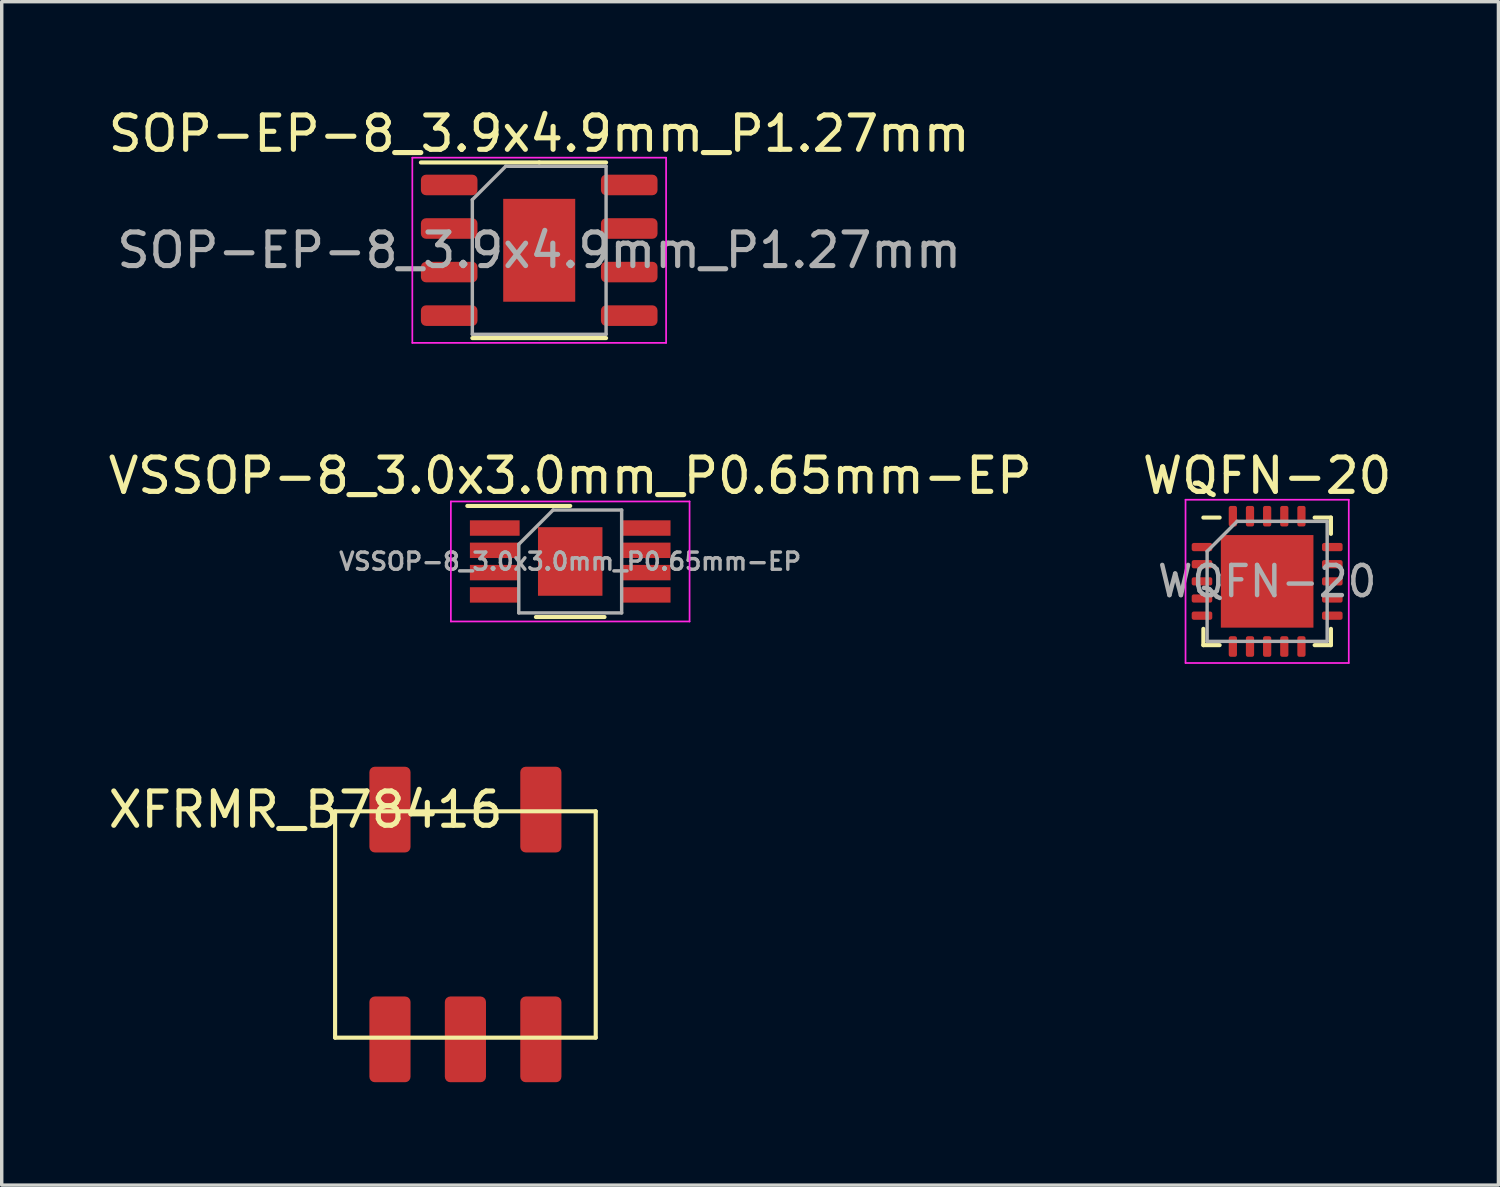
<source format=kicad_pcb>
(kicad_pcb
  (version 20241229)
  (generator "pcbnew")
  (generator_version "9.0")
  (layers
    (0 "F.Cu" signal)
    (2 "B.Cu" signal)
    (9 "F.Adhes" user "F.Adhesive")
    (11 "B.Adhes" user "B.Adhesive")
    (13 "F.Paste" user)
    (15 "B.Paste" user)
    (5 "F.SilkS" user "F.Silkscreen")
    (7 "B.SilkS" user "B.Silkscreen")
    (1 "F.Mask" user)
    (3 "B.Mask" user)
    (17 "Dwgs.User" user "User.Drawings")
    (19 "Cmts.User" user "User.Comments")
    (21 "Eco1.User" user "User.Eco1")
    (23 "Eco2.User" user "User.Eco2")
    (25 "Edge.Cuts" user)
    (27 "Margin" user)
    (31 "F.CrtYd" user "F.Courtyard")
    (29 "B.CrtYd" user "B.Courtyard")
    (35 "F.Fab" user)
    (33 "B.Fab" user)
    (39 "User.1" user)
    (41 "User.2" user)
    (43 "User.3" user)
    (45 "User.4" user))
  (footprint "VSSOP-8_3.0x3.0mm_P0.65mm-EP"
    (layer "F.Cu")
    (at 13.577 13.322)
    (property "Reference" "VSSOP-8_3.0x3.0mm_P0.65mm-EP" (at 0 -2.5 0) (layer "F.SilkS") (effects (font (size 1 1) (thickness 0.15))))
    (attr smd)
    (fp_line (start 0 -1.62) (end -3 -1.62) (stroke (width 0.12) (type solid)) (layer "F.SilkS"))
    (fp_line (start 1 1.62) (end -1 1.62) (stroke (width 0.12) (type solid)) (layer "F.SilkS"))
    (fp_line (start -3.48 -1.75) (end 3.48 -1.75) (stroke (width 0.05) (type solid)) (layer "F.CrtYd"))
    (fp_line (start -3.48 1.75) (end -3.48 -1.75) (stroke (width 0.05) (type solid)) (layer "F.CrtYd"))
    (fp_line (start 3.48 -1.75) (end 3.48 1.75) (stroke (width 0.05) (type solid)) (layer "F.CrtYd"))
    (fp_line (start 3.48 1.75) (end -3.48 1.75) (stroke (width 0.05) (type solid)) (layer "F.CrtYd"))
    (fp_line (start -1.5 1.5) (end -1.5 -0.5) (stroke (width 0.1) (type solid)) (layer "F.Fab"))
    (fp_line (start -0.5 -1.5) (end -1.5 -0.5) (stroke (width 0.1) (type solid)) (layer "F.Fab"))
    (fp_line (start -0.5 -1.5) (end 1.5 -1.5) (stroke (width 0.1) (type solid)) (layer "F.Fab"))
    (fp_line (start 1.5 -1.5) (end 1.5 1.5) (stroke (width 0.1) (type solid)) (layer "F.Fab"))
    (fp_line (start 1.5 1.5) (end -1.5 1.5) (stroke (width 0.1) (type solid)) (layer "F.Fab"))
    (fp_text user "${REFERENCE}" (at 0 0 0) (layer "F.Fab") (effects (font (size 0.5 0.5) (thickness 0.1))))
    (pad "1" smd rect (at -2.2 -0.975 270) (size 0.45 1.45) (layers "F.Cu" "F.Mask" "F.Paste"))
    (pad "2" smd rect (at -2.2 -0.325 270) (size 0.45 1.45) (layers "F.Cu" "F.Mask" "F.Paste"))
    (pad "3" smd rect (at -2.2 0.325 270) (size 0.45 1.45) (layers "F.Cu" "F.Mask" "F.Paste"))
    (pad "4" smd rect (at -2.2 0.975 270) (size 0.45 1.45) (layers "F.Cu" "F.Mask" "F.Paste"))
    (pad "5" smd rect (at 2.2 0.975 270) (size 0.45 1.45) (layers "F.Cu" "F.Mask" "F.Paste"))
    (pad "6" smd rect (at 2.2 0.325 270) (size 0.45 1.45) (layers "F.Cu" "F.Mask" "F.Paste"))
    (pad "7" smd rect (at 2.2 -0.325 270) (size 0.45 1.45) (layers "F.Cu" "F.Mask" "F.Paste"))
    (pad "8" smd rect (at 2.2 -0.975 270) (size 0.45 1.45) (layers "F.Cu" "F.Mask" "F.Paste"))
    (pad "9" smd rect (at 0 0) (size 1.88 2) (layers "F.Cu" "F.Mask" "F.Paste")))
  (footprint "SOP-EP-8_3.9x4.9mm_P1.27mm"
    (layer "F.Cu")
    (at 12.673 4.248)
    (property "Reference" "SOP-EP-8_3.9x4.9mm_P1.27mm" (at 0 -3.4 0) (layer "F.SilkS") (effects (font (size 1 1) (thickness 0.15))))
    (attr smd)
    (fp_line (start 0 -2.56) (end -3.45 -2.56) (stroke (width 0.12) (type solid)) (layer "F.SilkS"))
    (fp_line (start 0 -2.56) (end 1.95 -2.56) (stroke (width 0.12) (type solid)) (layer "F.SilkS"))
    (fp_line (start 0 2.56) (end -1.95 2.56) (stroke (width 0.12) (type solid)) (layer "F.SilkS"))
    (fp_line (start 0 2.56) (end 1.95 2.56) (stroke (width 0.12) (type solid)) (layer "F.SilkS"))
    (fp_line (start -3.7 -2.7) (end -3.7 2.7) (stroke (width 0.05) (type solid)) (layer "F.CrtYd"))
    (fp_line (start -3.7 2.7) (end 3.7 2.7) (stroke (width 0.05) (type solid)) (layer "F.CrtYd"))
    (fp_line (start 3.7 -2.7) (end -3.7 -2.7) (stroke (width 0.05) (type solid)) (layer "F.CrtYd"))
    (fp_line (start 3.7 2.7) (end 3.7 -2.7) (stroke (width 0.05) (type solid)) (layer "F.CrtYd"))
    (fp_line (start -1.95 -1.475) (end -0.975 -2.45) (stroke (width 0.1) (type solid)) (layer "F.Fab"))
    (fp_line (start -1.95 2.45) (end -1.95 -1.475) (stroke (width 0.1) (type solid)) (layer "F.Fab"))
    (fp_line (start -0.975 -2.45) (end 1.95 -2.45) (stroke (width 0.1) (type solid)) (layer "F.Fab"))
    (fp_line (start 1.95 -2.45) (end 1.95 2.45) (stroke (width 0.1) (type solid)) (layer "F.Fab"))
    (fp_line (start 1.95 2.45) (end -1.95 2.45) (stroke (width 0.1) (type solid)) (layer "F.Fab"))
    (fp_text user "${REFERENCE}" (at 0 0 0) (layer "F.Fab") (effects (font (size 0.98 0.98) (thickness 0.15))))
    (pad "1" smd roundrect (at -2.625 -1.905) (size 1.65 0.6) (layers "F.Cu" "F.Mask" "F.Paste") (roundrect_rratio 0.25))
    (pad "2" smd roundrect (at -2.625 -0.635) (size 1.65 0.6) (layers "F.Cu" "F.Mask" "F.Paste") (roundrect_rratio 0.25))
    (pad "3" smd roundrect (at -2.625 0.635) (size 1.65 0.6) (layers "F.Cu" "F.Mask" "F.Paste") (roundrect_rratio 0.25))
    (pad "4" smd roundrect (at -2.625 1.905) (size 1.65 0.6) (layers "F.Cu" "F.Mask" "F.Paste") (roundrect_rratio 0.25))
    (pad "5" smd roundrect (at 2.625 1.905) (size 1.65 0.6) (layers "F.Cu" "F.Mask" "F.Paste") (roundrect_rratio 0.25))
    (pad "6" smd roundrect (at 2.625 0.635) (size 1.65 0.6) (layers "F.Cu" "F.Mask" "F.Paste") (roundrect_rratio 0.25))
    (pad "7" smd roundrect (at 2.625 -0.635) (size 1.65 0.6) (layers "F.Cu" "F.Mask" "F.Paste") (roundrect_rratio 0.25))
    (pad "8" smd roundrect (at 2.625 -1.905) (size 1.65 0.6) (layers "F.Cu" "F.Mask" "F.Paste") (roundrect_rratio 0.25))
    (pad "9" smd rect (at 0 0) (size 2.1 3) (layers "F.Cu" "F.Mask" "F.Paste")))
  (footprint "XFRMR_B78416"
    (layer "F.Cu")
    (at 10.521 23.907)
    (property "Reference" "XFRMR_B78416" (at -4.658 -3.348 0) (layer "F.SilkS") (effects (font (size 1 1) (thickness 0.15))))
    (attr through_hole)
    (fp_line (start -3.8 -3.3) (end 3.8 -3.3) (stroke (width 0.12) (type solid)) (layer "F.SilkS"))
    (fp_line (start -3.8 3.3) (end -3.8 -3.3) (stroke (width 0.12) (type solid)) (layer "F.SilkS"))
    (fp_line (start 3.8 -3.3) (end 3.8 3.3) (stroke (width 0.12) (type solid)) (layer "F.SilkS"))
    (fp_line (start 3.8 3.3) (end -3.8 3.3) (stroke (width 0.12) (type solid)) (layer "F.SilkS"))
    (pad "1" smd roundrect (at -2.2 3.35) (size 1.2 2.5) (layers "F.Cu" "F.Mask" "F.Paste") (roundrect_rratio 0.132))
    (pad "2" smd roundrect (at 0 3.35) (size 1.2 2.5) (layers "F.Cu" "F.Mask" "F.Paste") (roundrect_rratio 0.132))
    (pad "3" smd roundrect (at 2.2 3.35) (size 1.2 2.5) (layers "F.Cu" "F.Mask" "F.Paste") (roundrect_rratio 0.132))
    (pad "4" smd roundrect (at 2.2 -3.35) (size 1.2 2.5) (layers "F.Cu" "F.Mask" "F.Paste") (roundrect_rratio 0.132))
    (pad "5" smd roundrect (at -2.2 -3.35) (size 1.2 2.5) (layers "F.Cu" "F.Mask" "F.Paste") (roundrect_rratio 0.132)))
  (footprint "WQFN-20"
    (layer "F.Cu")
    (at 33.899 13.902)
    (property "Reference" "WQFN-20" (at 0 -3.08 0) (layer "F.SilkS") (effects (font (size 1 1) (thickness 0.15))))
    (attr smd)
    (fp_line (start -1.86 1.86) (end -1.86 1.385) (stroke (width 0.12) (type solid)) (layer "F.SilkS"))
    (fp_line (start -1.385 -1.86) (end -1.86 -1.86) (stroke (width 0.12) (type solid)) (layer "F.SilkS"))
    (fp_line (start -1.385 1.86) (end -1.86 1.86) (stroke (width 0.12) (type solid)) (layer "F.SilkS"))
    (fp_line (start 1.385 -1.86) (end 1.86 -1.86) (stroke (width 0.12) (type solid)) (layer "F.SilkS"))
    (fp_line (start 1.385 1.86) (end 1.86 1.86) (stroke (width 0.12) (type solid)) (layer "F.SilkS"))
    (fp_line (start 1.86 -1.86) (end 1.86 -1.385) (stroke (width 0.12) (type solid)) (layer "F.SilkS"))
    (fp_line (start 1.86 1.86) (end 1.86 1.385) (stroke (width 0.12) (type solid)) (layer "F.SilkS"))
    (fp_line (start -2.38 -2.38) (end -2.38 2.38) (stroke (width 0.05) (type solid)) (layer "F.CrtYd"))
    (fp_line (start -2.38 2.38) (end 2.38 2.38) (stroke (width 0.05) (type solid)) (layer "F.CrtYd"))
    (fp_line (start 2.38 -2.38) (end -2.38 -2.38) (stroke (width 0.05) (type solid)) (layer "F.CrtYd"))
    (fp_line (start 2.38 2.38) (end 2.38 -2.38) (stroke (width 0.05) (type solid)) (layer "F.CrtYd"))
    (fp_line (start -1.75 -0.875) (end -0.875 -1.75) (stroke (width 0.1) (type solid)) (layer "F.Fab"))
    (fp_line (start -1.75 1.75) (end -1.75 -0.875) (stroke (width 0.1) (type solid)) (layer "F.Fab"))
    (fp_line (start -0.875 -1.75) (end 1.75 -1.75) (stroke (width 0.1) (type solid)) (layer "F.Fab"))
    (fp_line (start 1.75 -1.75) (end 1.75 1.75) (stroke (width 0.1) (type solid)) (layer "F.Fab"))
    (fp_line (start 1.75 1.75) (end -1.75 1.75) (stroke (width 0.1) (type solid)) (layer "F.Fab"))
    (fp_text user "${REFERENCE}" (at 0 0 0) (layer "F.Fab") (effects (font (size 0.88 0.88) (thickness 0.13))))
    (pad "1" smd roundrect (at -1.9 -1 180) (size 0.6 0.24) (layers "F.Cu" "F.Mask" "F.Paste") (roundrect_rratio 0.25))
    (pad "2" smd roundrect (at -1.9 -0.5) (size 0.6 0.24) (layers "F.Cu" "F.Mask" "F.Paste") (roundrect_rratio 0.25))
    (pad "3" smd roundrect (at -1.9 0) (size 0.6 0.24) (layers "F.Cu" "F.Mask" "F.Paste") (roundrect_rratio 0.25))
    (pad "4" smd roundrect (at -1.9 0.5) (size 0.6 0.24) (layers "F.Cu" "F.Mask" "F.Paste") (roundrect_rratio 0.25))
    (pad "5" smd roundrect (at -1.9 1) (size 0.6 0.24) (layers "F.Cu" "F.Mask" "F.Paste") (roundrect_rratio 0.25))
    (pad "6" smd roundrect (at -1 1.9 90) (size 0.6 0.24) (layers "F.Cu" "F.Mask" "F.Paste") (roundrect_rratio 0.25))
    (pad "7" smd roundrect (at -0.5 1.9 90) (size 0.6 0.24) (layers "F.Cu" "F.Mask" "F.Paste") (roundrect_rratio 0.25))
    (pad "8" smd roundrect (at 0 1.9 90) (size 0.6 0.24) (layers "F.Cu" "F.Mask" "F.Paste") (roundrect_rratio 0.25))
    (pad "9" smd roundrect (at 0.5 1.9 90) (size 0.6 0.24) (layers "F.Cu" "F.Mask" "F.Paste") (roundrect_rratio 0.25))
    (pad "10" smd roundrect (at 1 1.9 90) (size 0.6 0.24) (layers "F.Cu" "F.Mask" "F.Paste") (roundrect_rratio 0.25))
    (pad "11" smd roundrect (at 1.9 1) (size 0.6 0.24) (layers "F.Cu" "F.Mask" "F.Paste") (roundrect_rratio 0.25))
    (pad "12" smd roundrect (at 1.9 0.5) (size 0.6 0.24) (layers "F.Cu" "F.Mask" "F.Paste") (roundrect_rratio 0.25))
    (pad "13" smd roundrect (at 1.9 0) (size 0.6 0.24) (layers "F.Cu" "F.Mask" "F.Paste") (roundrect_rratio 0.25))
    (pad "14" smd roundrect (at 1.9 -0.5) (size 0.6 0.24) (layers "F.Cu" "F.Mask" "F.Paste") (roundrect_rratio 0.25))
    (pad "15" smd roundrect (at 1.9 -1) (size 0.6 0.24) (layers "F.Cu" "F.Mask" "F.Paste") (roundrect_rratio 0.25))
    (pad "16" smd roundrect (at 1 -1.9 90) (size 0.6 0.24) (layers "F.Cu" "F.Mask" "F.Paste") (roundrect_rratio 0.25))
    (pad "17" smd roundrect (at 0.5 -1.9 90) (size 0.6 0.24) (layers "F.Cu" "F.Mask" "F.Paste") (roundrect_rratio 0.25))
    (pad "18" smd roundrect (at 0 -1.9 90) (size 0.6 0.24) (layers "F.Cu" "F.Mask" "F.Paste") (roundrect_rratio 0.25))
    (pad "19" smd roundrect (at -0.5 -1.9 90) (size 0.6 0.24) (layers "F.Cu" "F.Mask" "F.Paste") (roundrect_rratio 0.25))
    (pad "20" smd roundrect (at -1 -1.9 90) (size 0.6 0.24) (layers "F.Cu" "F.Mask" "F.Paste") (roundrect_rratio 0.25))
    (pad "21" smd rect (at 0 0) (size 2.7 2.7) (layers "F.Cu" "F.Mask")))
  (gr_rect
    (start -3 -3)
    (end 40.643 31.506)
    (stroke (width 0.1) (type default))
    (fill no)
    (layer "Edge.Cuts")))
</source>
